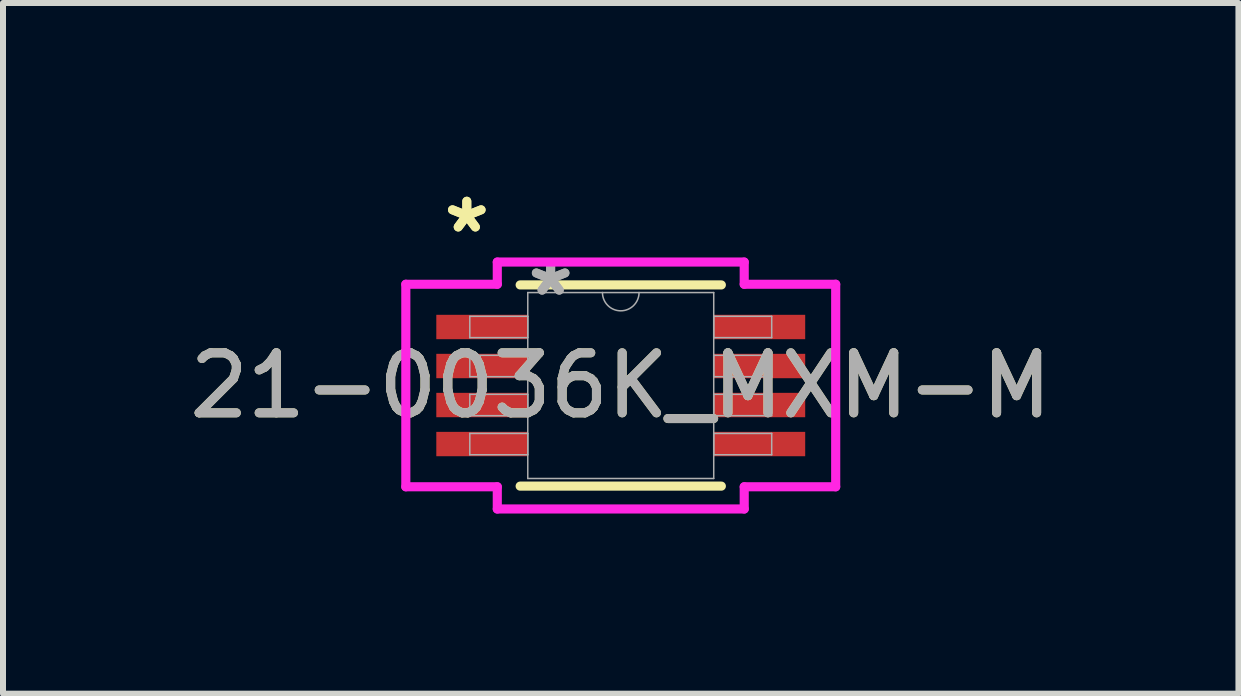
<source format=kicad_pcb>
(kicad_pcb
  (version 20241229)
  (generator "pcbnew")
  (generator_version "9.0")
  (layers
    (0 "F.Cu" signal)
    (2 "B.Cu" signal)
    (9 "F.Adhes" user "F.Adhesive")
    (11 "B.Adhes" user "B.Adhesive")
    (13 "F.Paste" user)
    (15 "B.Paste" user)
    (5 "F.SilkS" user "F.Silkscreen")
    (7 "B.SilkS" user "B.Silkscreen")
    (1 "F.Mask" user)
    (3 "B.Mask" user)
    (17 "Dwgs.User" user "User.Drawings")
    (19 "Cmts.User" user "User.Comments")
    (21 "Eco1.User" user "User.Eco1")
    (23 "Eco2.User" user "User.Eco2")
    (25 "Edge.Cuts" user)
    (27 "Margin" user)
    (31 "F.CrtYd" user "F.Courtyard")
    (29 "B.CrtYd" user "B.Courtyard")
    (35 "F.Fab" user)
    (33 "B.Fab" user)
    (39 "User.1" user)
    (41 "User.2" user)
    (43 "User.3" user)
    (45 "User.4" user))
  (footprint "21-0036K_MXM-M"
    (layer "F.Cu")
    (at 7.292 3.373)
    (property "Reference" "21-0036K_MXM-M" (at 0 0 0) (unlocked yes) (layer "F.SilkS") (effects (font (size 1 1) (thickness 0.15))))
    (attr smd)
    (fp_line (start -1.676 1.676) (end 1.676 1.676) (stroke (width 0.152) (type solid)) (layer "F.SilkS"))
    (fp_line (start 1.676 -1.676) (end -1.676 -1.676) (stroke (width 0.152) (type solid)) (layer "F.SilkS"))
    (fp_line (start -3.581 -1.687) (end -2.057 -1.687) (stroke (width 0.152) (type solid)) (layer "F.CrtYd"))
    (fp_line (start -3.581 1.687) (end -3.581 -1.687) (stroke (width 0.152) (type solid)) (layer "F.CrtYd"))
    (fp_line (start -3.581 1.687) (end -2.057 1.687) (stroke (width 0.152) (type solid)) (layer "F.CrtYd"))
    (fp_line (start -2.057 -2.057) (end 2.057 -2.057) (stroke (width 0.152) (type solid)) (layer "F.CrtYd"))
    (fp_line (start -2.057 -1.687) (end -2.057 -2.057) (stroke (width 0.152) (type solid)) (layer "F.CrtYd"))
    (fp_line (start -2.057 2.057) (end -2.057 1.687) (stroke (width 0.152) (type solid)) (layer "F.CrtYd"))
    (fp_line (start 2.057 -2.057) (end 2.057 -1.687) (stroke (width 0.152) (type solid)) (layer "F.CrtYd"))
    (fp_line (start 2.057 1.687) (end 2.057 2.057) (stroke (width 0.152) (type solid)) (layer "F.CrtYd"))
    (fp_line (start 2.057 2.057) (end -2.057 2.057) (stroke (width 0.152) (type solid)) (layer "F.CrtYd"))
    (fp_line (start 3.581 -1.687) (end 2.057 -1.687) (stroke (width 0.152) (type solid)) (layer "F.CrtYd"))
    (fp_line (start 3.581 -1.687) (end 3.581 1.687) (stroke (width 0.152) (type solid)) (layer "F.CrtYd"))
    (fp_line (start 3.581 1.687) (end 2.057 1.687) (stroke (width 0.152) (type solid)) (layer "F.CrtYd"))
    (fp_line (start -2.515 -1.153) (end -2.515 -0.798) (stroke (width 0.025) (type solid)) (layer "F.Fab"))
    (fp_line (start -2.515 -0.798) (end -1.549 -0.798) (stroke (width 0.025) (type solid)) (layer "F.Fab"))
    (fp_line (start -2.515 -0.503) (end -2.515 -0.147) (stroke (width 0.025) (type solid)) (layer "F.Fab"))
    (fp_line (start -2.515 -0.147) (end -1.549 -0.147) (stroke (width 0.025) (type solid)) (layer "F.Fab"))
    (fp_line (start -2.515 0.147) (end -2.515 0.503) (stroke (width 0.025) (type solid)) (layer "F.Fab"))
    (fp_line (start -2.515 0.503) (end -1.549 0.503) (stroke (width 0.025) (type solid)) (layer "F.Fab"))
    (fp_line (start -2.515 0.798) (end -2.515 1.153) (stroke (width 0.025) (type solid)) (layer "F.Fab"))
    (fp_line (start -2.515 1.153) (end -1.549 1.153) (stroke (width 0.025) (type solid)) (layer "F.Fab"))
    (fp_line (start -1.549 -1.549) (end -1.549 1.549) (stroke (width 0.025) (type solid)) (layer "F.Fab"))
    (fp_line (start -1.549 -1.153) (end -2.515 -1.153) (stroke (width 0.025) (type solid)) (layer "F.Fab"))
    (fp_line (start -1.549 -0.798) (end -1.549 -1.153) (stroke (width 0.025) (type solid)) (layer "F.Fab"))
    (fp_line (start -1.549 -0.503) (end -2.515 -0.503) (stroke (width 0.025) (type solid)) (layer "F.Fab"))
    (fp_line (start -1.549 -0.147) (end -1.549 -0.503) (stroke (width 0.025) (type solid)) (layer "F.Fab"))
    (fp_line (start -1.549 0.147) (end -2.515 0.147) (stroke (width 0.025) (type solid)) (layer "F.Fab"))
    (fp_line (start -1.549 0.503) (end -1.549 0.147) (stroke (width 0.025) (type solid)) (layer "F.Fab"))
    (fp_line (start -1.549 0.798) (end -2.515 0.798) (stroke (width 0.025) (type solid)) (layer "F.Fab"))
    (fp_line (start -1.549 1.153) (end -1.549 0.798) (stroke (width 0.025) (type solid)) (layer "F.Fab"))
    (fp_line (start -1.549 1.549) (end 1.549 1.549) (stroke (width 0.025) (type solid)) (layer "F.Fab"))
    (fp_line (start 1.549 -1.549) (end -1.549 -1.549) (stroke (width 0.025) (type solid)) (layer "F.Fab"))
    (fp_line (start 1.549 -1.153) (end 1.549 -0.798) (stroke (width 0.025) (type solid)) (layer "F.Fab"))
    (fp_line (start 1.549 -0.798) (end 2.515 -0.798) (stroke (width 0.025) (type solid)) (layer "F.Fab"))
    (fp_line (start 1.549 -0.503) (end 1.549 -0.147) (stroke (width 0.025) (type solid)) (layer "F.Fab"))
    (fp_line (start 1.549 -0.147) (end 2.515 -0.147) (stroke (width 0.025) (type solid)) (layer "F.Fab"))
    (fp_line (start 1.549 0.147) (end 1.549 0.503) (stroke (width 0.025) (type solid)) (layer "F.Fab"))
    (fp_line (start 1.549 0.503) (end 2.515 0.503) (stroke (width 0.025) (type solid)) (layer "F.Fab"))
    (fp_line (start 1.549 0.798) (end 1.549 1.153) (stroke (width 0.025) (type solid)) (layer "F.Fab"))
    (fp_line (start 1.549 1.153) (end 2.515 1.153) (stroke (width 0.025) (type solid)) (layer "F.Fab"))
    (fp_line (start 1.549 1.549) (end 1.549 -1.549) (stroke (width 0.025) (type solid)) (layer "F.Fab"))
    (fp_line (start 2.515 -1.153) (end 1.549 -1.153) (stroke (width 0.025) (type solid)) (layer "F.Fab"))
    (fp_line (start 2.515 -0.798) (end 2.515 -1.153) (stroke (width 0.025) (type solid)) (layer "F.Fab"))
    (fp_line (start 2.515 -0.503) (end 1.549 -0.503) (stroke (width 0.025) (type solid)) (layer "F.Fab"))
    (fp_line (start 2.515 -0.147) (end 2.515 -0.503) (stroke (width 0.025) (type solid)) (layer "F.Fab"))
    (fp_line (start 2.515 0.147) (end 1.549 0.147) (stroke (width 0.025) (type solid)) (layer "F.Fab"))
    (fp_line (start 2.515 0.503) (end 2.515 0.147) (stroke (width 0.025) (type solid)) (layer "F.Fab"))
    (fp_line (start 2.515 0.798) (end 1.549 0.798) (stroke (width 0.025) (type solid)) (layer "F.Fab"))
    (fp_line (start 2.515 1.153) (end 2.515 0.798) (stroke (width 0.025) (type solid)) (layer "F.Fab"))
    (fp_arc (start 0.3048 -1.5494) (mid 0 -1.2446) (end -0.3048 -1.5494) (stroke (width 0.0254) (type solid)) (layer "F.Fab"))
    (fp_text user "*" (at -2.565 -2.525 0) (layer "F.SilkS") (effects (font (size 1 1) (thickness 0.15))))
    (fp_text user "*" (at -2.565 -2.525 0) (unlocked yes) (layer "F.SilkS") (effects (font (size 1 1) (thickness 0.15))))
    (fp_text user "*" (at -1.168 -1.473 0) (unlocked yes) (layer "F.Fab") (effects (font (size 1 1) (thickness 0.15))))
    (fp_text user "*" (at -1.168 -1.473 0) (layer "F.Fab") (effects (font (size 1 1) (thickness 0.15))))
    (fp_text user "${REFERENCE}" (at 0 0 0) (unlocked yes) (layer "F.Fab") (effects (font (size 1 1) (thickness 0.15))))
    (pad "1" smd rect (at -2.311 -0.975) (size 1.524 0.406) (layers "F.Cu" "F.Mask" "F.Paste"))
    (pad "2" smd rect (at -2.311 -0.325) (size 1.524 0.406) (layers "F.Cu" "F.Mask" "F.Paste"))
    (pad "3" smd rect (at -2.311 0.325) (size 1.524 0.406) (layers "F.Cu" "F.Mask" "F.Paste"))
    (pad "4" smd rect (at -2.311 0.975) (size 1.524 0.406) (layers "F.Cu" "F.Mask" "F.Paste"))
    (pad "5" smd rect (at 2.311 0.975) (size 1.524 0.406) (layers "F.Cu" "F.Mask" "F.Paste"))
    (pad "6" smd rect (at 2.311 0.325) (size 1.524 0.406) (layers "F.Cu" "F.Mask" "F.Paste"))
    (pad "7" smd rect (at 2.311 -0.325) (size 1.524 0.406) (layers "F.Cu" "F.Mask" "F.Paste"))
    (pad "8" smd rect (at 2.311 -0.975) (size 1.524 0.406) (layers "F.Cu" "F.Mask" "F.Paste")))
  (gr_rect
    (start -3 -3)
    (end 17.583 8.507)
    (stroke (width 0.1) (type default))
    (fill no)
    (layer "Edge.Cuts")))
</source>
